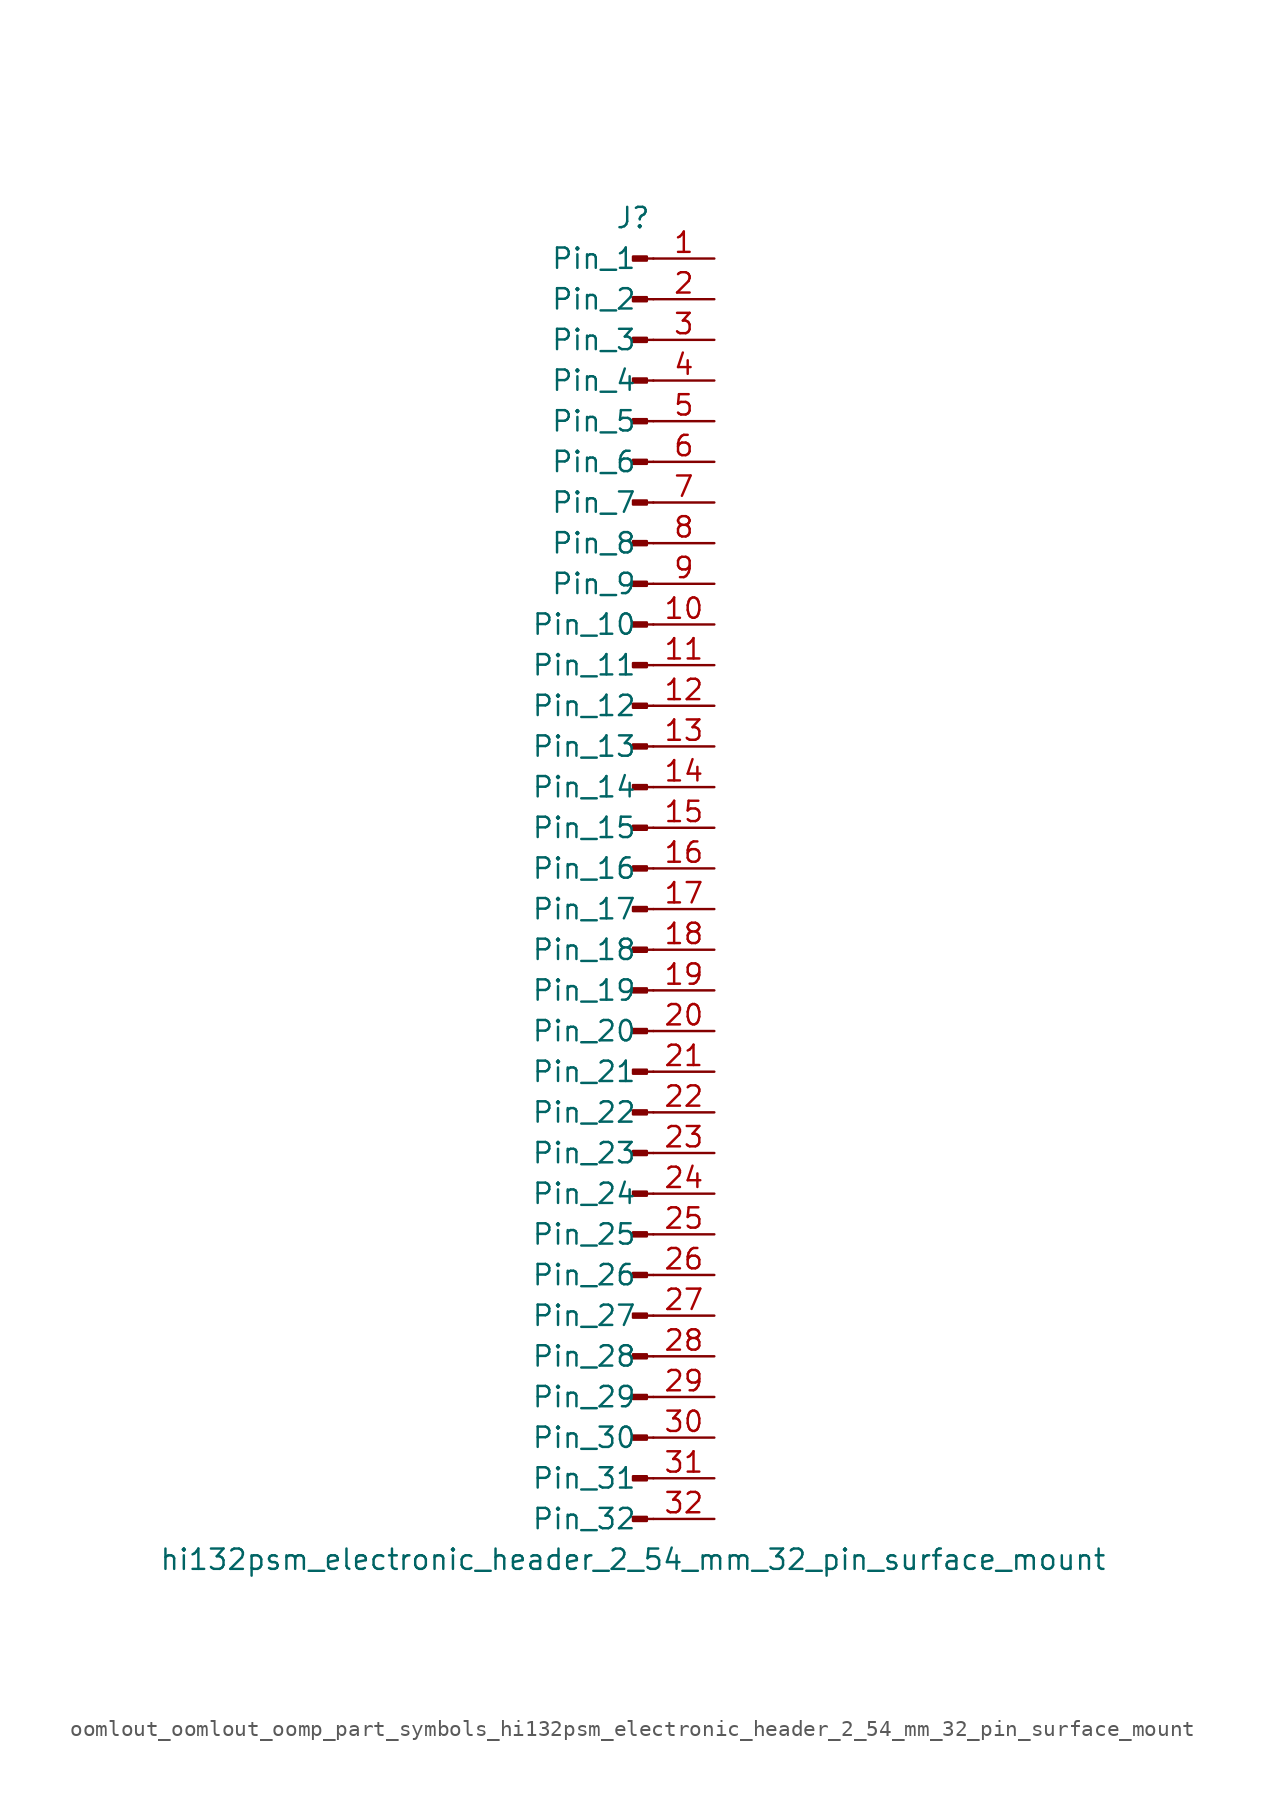
<source format=kicad_sym>
(kicad_symbol_lib
  (version 20220914)
  (generator kicad_symbol_editor)
  (symbol "oomlout_oomlout_oomp_part_symbols_hi132psm_electronic_header_2_54_mm_32_pin_surface_mount"
    (pin_names
      (offset 1.016))
    (property "Reference" "J"
      (at 0 40.64 0)
      (effects (font (size 1.27 1.27))))
    (property "Value" "hi132psm_electronic_header_2_54_mm_32_pin_surface_mount"
      (at 0 -43.18 0)
      (effects (font (size 1.27 1.27))))
    (property "ki_locked" ""
      (at 0 0 0)
      (effects (font (size 1.27 1.27))))
    (symbol "oomlout_oomlout_oomp_part_symbols_hi132psm_electronic_header_2_54_mm_32_pin_surface_mount_1_1"
      (polyline (pts (xy 1.27 -40.64) (xy 0.864 -40.64)) (stroke (width 0.152) (type default)) (fill (type none)))
      (polyline (pts (xy 1.27 -38.1) (xy 0.864 -38.1)) (stroke (width 0.152) (type default)) (fill (type none)))
      (polyline (pts (xy 1.27 -35.56) (xy 0.864 -35.56)) (stroke (width 0.152) (type default)) (fill (type none)))
      (polyline (pts (xy 1.27 -33.02) (xy 0.864 -33.02)) (stroke (width 0.152) (type default)) (fill (type none)))
      (polyline (pts (xy 1.27 -30.48) (xy 0.864 -30.48)) (stroke (width 0.152) (type default)) (fill (type none)))
      (polyline (pts (xy 1.27 -27.94) (xy 0.864 -27.94)) (stroke (width 0.152) (type default)) (fill (type none)))
      (polyline (pts (xy 1.27 -25.4) (xy 0.864 -25.4)) (stroke (width 0.152) (type default)) (fill (type none)))
      (polyline (pts (xy 1.27 -22.86) (xy 0.864 -22.86)) (stroke (width 0.152) (type default)) (fill (type none)))
      (polyline (pts (xy 1.27 -20.32) (xy 0.864 -20.32)) (stroke (width 0.152) (type default)) (fill (type none)))
      (polyline (pts (xy 1.27 -17.78) (xy 0.864 -17.78)) (stroke (width 0.152) (type default)) (fill (type none)))
      (polyline (pts (xy 1.27 -15.24) (xy 0.864 -15.24)) (stroke (width 0.152) (type default)) (fill (type none)))
      (polyline (pts (xy 1.27 -12.7) (xy 0.864 -12.7)) (stroke (width 0.152) (type default)) (fill (type none)))
      (polyline (pts (xy 1.27 -10.16) (xy 0.864 -10.16)) (stroke (width 0.152) (type default)) (fill (type none)))
      (polyline (pts (xy 1.27 -7.62) (xy 0.864 -7.62)) (stroke (width 0.152) (type default)) (fill (type none)))
      (polyline (pts (xy 1.27 -5.08) (xy 0.864 -5.08)) (stroke (width 0.152) (type default)) (fill (type none)))
      (polyline (pts (xy 1.27 -2.54) (xy 0.864 -2.54)) (stroke (width 0.152) (type default)) (fill (type none)))
      (polyline (pts (xy 1.27 0) (xy 0.864 0)) (stroke (width 0.152) (type default)) (fill (type none)))
      (polyline (pts (xy 1.27 2.54) (xy 0.864 2.54)) (stroke (width 0.152) (type default)) (fill (type none)))
      (polyline (pts (xy 1.27 5.08) (xy 0.864 5.08)) (stroke (width 0.152) (type default)) (fill (type none)))
      (polyline (pts (xy 1.27 7.62) (xy 0.864 7.62)) (stroke (width 0.152) (type default)) (fill (type none)))
      (polyline (pts (xy 1.27 10.16) (xy 0.864 10.16)) (stroke (width 0.152) (type default)) (fill (type none)))
      (polyline (pts (xy 1.27 12.7) (xy 0.864 12.7)) (stroke (width 0.152) (type default)) (fill (type none)))
      (polyline (pts (xy 1.27 15.24) (xy 0.864 15.24)) (stroke (width 0.152) (type default)) (fill (type none)))
      (polyline (pts (xy 1.27 17.78) (xy 0.864 17.78)) (stroke (width 0.152) (type default)) (fill (type none)))
      (polyline (pts (xy 1.27 20.32) (xy 0.864 20.32)) (stroke (width 0.152) (type default)) (fill (type none)))
      (polyline (pts (xy 1.27 22.86) (xy 0.864 22.86)) (stroke (width 0.152) (type default)) (fill (type none)))
      (polyline (pts (xy 1.27 25.4) (xy 0.864 25.4)) (stroke (width 0.152) (type default)) (fill (type none)))
      (polyline (pts (xy 1.27 27.94) (xy 0.864 27.94)) (stroke (width 0.152) (type default)) (fill (type none)))
      (polyline (pts (xy 1.27 30.48) (xy 0.864 30.48)) (stroke (width 0.152) (type default)) (fill (type none)))
      (polyline (pts (xy 1.27 33.02) (xy 0.864 33.02)) (stroke (width 0.152) (type default)) (fill (type none)))
      (polyline (pts (xy 1.27 35.56) (xy 0.864 35.56)) (stroke (width 0.152) (type default)) (fill (type none)))
      (polyline (pts (xy 1.27 38.1) (xy 0.864 38.1)) (stroke (width 0.152) (type default)) (fill (type none)))
      (rectangle (start 0.864 -40.513) (end 0 -40.767) (stroke (width 0.152) (type default)) (fill (type outline)))
      (rectangle (start 0.864 -37.973) (end 0 -38.227) (stroke (width 0.152) (type default)) (fill (type outline)))
      (rectangle (start 0.864 -35.433) (end 0 -35.687) (stroke (width 0.152) (type default)) (fill (type outline)))
      (rectangle (start 0.864 -32.893) (end 0 -33.147) (stroke (width 0.152) (type default)) (fill (type outline)))
      (rectangle (start 0.864 -30.353) (end 0 -30.607) (stroke (width 0.152) (type default)) (fill (type outline)))
      (rectangle (start 0.864 -27.813) (end 0 -28.067) (stroke (width 0.152) (type default)) (fill (type outline)))
      (rectangle (start 0.864 -25.273) (end 0 -25.527) (stroke (width 0.152) (type default)) (fill (type outline)))
      (rectangle (start 0.864 -22.733) (end 0 -22.987) (stroke (width 0.152) (type default)) (fill (type outline)))
      (rectangle (start 0.864 -20.193) (end 0 -20.447) (stroke (width 0.152) (type default)) (fill (type outline)))
      (rectangle (start 0.864 -17.653) (end 0 -17.907) (stroke (width 0.152) (type default)) (fill (type outline)))
      (rectangle (start 0.864 -15.113) (end 0 -15.367) (stroke (width 0.152) (type default)) (fill (type outline)))
      (rectangle (start 0.864 -12.573) (end 0 -12.827) (stroke (width 0.152) (type default)) (fill (type outline)))
      (rectangle (start 0.864 -10.033) (end 0 -10.287) (stroke (width 0.152) (type default)) (fill (type outline)))
      (rectangle (start 0.864 -7.493) (end 0 -7.747) (stroke (width 0.152) (type default)) (fill (type outline)))
      (rectangle (start 0.864 -4.953) (end 0 -5.207) (stroke (width 0.152) (type default)) (fill (type outline)))
      (rectangle (start 0.864 -2.413) (end 0 -2.667) (stroke (width 0.152) (type default)) (fill (type outline)))
      (rectangle (start 0.864 0.127) (end 0 -0.127) (stroke (width 0.152) (type default)) (fill (type outline)))
      (rectangle (start 0.864 2.667) (end 0 2.413) (stroke (width 0.152) (type default)) (fill (type outline)))
      (rectangle (start 0.864 5.207) (end 0 4.953) (stroke (width 0.152) (type default)) (fill (type outline)))
      (rectangle (start 0.864 7.747) (end 0 7.493) (stroke (width 0.152) (type default)) (fill (type outline)))
      (rectangle (start 0.864 10.287) (end 0 10.033) (stroke (width 0.152) (type default)) (fill (type outline)))
      (rectangle (start 0.864 12.827) (end 0 12.573) (stroke (width 0.152) (type default)) (fill (type outline)))
      (rectangle (start 0.864 15.367) (end 0 15.113) (stroke (width 0.152) (type default)) (fill (type outline)))
      (rectangle (start 0.864 17.907) (end 0 17.653) (stroke (width 0.152) (type default)) (fill (type outline)))
      (rectangle (start 0.864 20.447) (end 0 20.193) (stroke (width 0.152) (type default)) (fill (type outline)))
      (rectangle (start 0.864 22.987) (end 0 22.733) (stroke (width 0.152) (type default)) (fill (type outline)))
      (rectangle (start 0.864 25.527) (end 0 25.273) (stroke (width 0.152) (type default)) (fill (type outline)))
      (rectangle (start 0.864 28.067) (end 0 27.813) (stroke (width 0.152) (type default)) (fill (type outline)))
      (rectangle (start 0.864 30.607) (end 0 30.353) (stroke (width 0.152) (type default)) (fill (type outline)))
      (rectangle (start 0.864 33.147) (end 0 32.893) (stroke (width 0.152) (type default)) (fill (type outline)))
      (rectangle (start 0.864 35.687) (end 0 35.433) (stroke (width 0.152) (type default)) (fill (type outline)))
      (rectangle (start 0.864 38.227) (end 0 37.973) (stroke (width 0.152) (type default)) (fill (type outline)))
      (pin passive line (at 5.08 38.1 180) (length 3.81) (name "Pin_1" (effects (font (size 1.27 1.27)))) (number "1" (effects (font (size 1.27 1.27)))))
      (pin passive line (at 5.08 15.24 180) (length 3.81) (name "Pin_10" (effects (font (size 1.27 1.27)))) (number "10" (effects (font (size 1.27 1.27)))))
      (pin passive line (at 5.08 12.7 180) (length 3.81) (name "Pin_11" (effects (font (size 1.27 1.27)))) (number "11" (effects (font (size 1.27 1.27)))))
      (pin passive line (at 5.08 10.16 180) (length 3.81) (name "Pin_12" (effects (font (size 1.27 1.27)))) (number "12" (effects (font (size 1.27 1.27)))))
      (pin passive line (at 5.08 7.62 180) (length 3.81) (name "Pin_13" (effects (font (size 1.27 1.27)))) (number "13" (effects (font (size 1.27 1.27)))))
      (pin passive line (at 5.08 5.08 180) (length 3.81) (name "Pin_14" (effects (font (size 1.27 1.27)))) (number "14" (effects (font (size 1.27 1.27)))))
      (pin passive line (at 5.08 2.54 180) (length 3.81) (name "Pin_15" (effects (font (size 1.27 1.27)))) (number "15" (effects (font (size 1.27 1.27)))))
      (pin passive line (at 5.08 0 180) (length 3.81) (name "Pin_16" (effects (font (size 1.27 1.27)))) (number "16" (effects (font (size 1.27 1.27)))))
      (pin passive line (at 5.08 -2.54 180) (length 3.81) (name "Pin_17" (effects (font (size 1.27 1.27)))) (number "17" (effects (font (size 1.27 1.27)))))
      (pin passive line (at 5.08 -5.08 180) (length 3.81) (name "Pin_18" (effects (font (size 1.27 1.27)))) (number "18" (effects (font (size 1.27 1.27)))))
      (pin passive line (at 5.08 -7.62 180) (length 3.81) (name "Pin_19" (effects (font (size 1.27 1.27)))) (number "19" (effects (font (size 1.27 1.27)))))
      (pin passive line (at 5.08 35.56 180) (length 3.81) (name "Pin_2" (effects (font (size 1.27 1.27)))) (number "2" (effects (font (size 1.27 1.27)))))
      (pin passive line (at 5.08 -10.16 180) (length 3.81) (name "Pin_20" (effects (font (size 1.27 1.27)))) (number "20" (effects (font (size 1.27 1.27)))))
      (pin passive line (at 5.08 -12.7 180) (length 3.81) (name "Pin_21" (effects (font (size 1.27 1.27)))) (number "21" (effects (font (size 1.27 1.27)))))
      (pin passive line (at 5.08 -15.24 180) (length 3.81) (name "Pin_22" (effects (font (size 1.27 1.27)))) (number "22" (effects (font (size 1.27 1.27)))))
      (pin passive line (at 5.08 -17.78 180) (length 3.81) (name "Pin_23" (effects (font (size 1.27 1.27)))) (number "23" (effects (font (size 1.27 1.27)))))
      (pin passive line (at 5.08 -20.32 180) (length 3.81) (name "Pin_24" (effects (font (size 1.27 1.27)))) (number "24" (effects (font (size 1.27 1.27)))))
      (pin passive line (at 5.08 -22.86 180) (length 3.81) (name "Pin_25" (effects (font (size 1.27 1.27)))) (number "25" (effects (font (size 1.27 1.27)))))
      (pin passive line (at 5.08 -25.4 180) (length 3.81) (name "Pin_26" (effects (font (size 1.27 1.27)))) (number "26" (effects (font (size 1.27 1.27)))))
      (pin passive line (at 5.08 -27.94 180) (length 3.81) (name "Pin_27" (effects (font (size 1.27 1.27)))) (number "27" (effects (font (size 1.27 1.27)))))
      (pin passive line (at 5.08 -30.48 180) (length 3.81) (name "Pin_28" (effects (font (size 1.27 1.27)))) (number "28" (effects (font (size 1.27 1.27)))))
      (pin passive line (at 5.08 -33.02 180) (length 3.81) (name "Pin_29" (effects (font (size 1.27 1.27)))) (number "29" (effects (font (size 1.27 1.27)))))
      (pin passive line (at 5.08 33.02 180) (length 3.81) (name "Pin_3" (effects (font (size 1.27 1.27)))) (number "3" (effects (font (size 1.27 1.27)))))
      (pin passive line (at 5.08 -35.56 180) (length 3.81) (name "Pin_30" (effects (font (size 1.27 1.27)))) (number "30" (effects (font (size 1.27 1.27)))))
      (pin passive line (at 5.08 -38.1 180) (length 3.81) (name "Pin_31" (effects (font (size 1.27 1.27)))) (number "31" (effects (font (size 1.27 1.27)))))
      (pin passive line (at 5.08 -40.64 180) (length 3.81) (name "Pin_32" (effects (font (size 1.27 1.27)))) (number "32" (effects (font (size 1.27 1.27)))))
      (pin passive line (at 5.08 30.48 180) (length 3.81) (name "Pin_4" (effects (font (size 1.27 1.27)))) (number "4" (effects (font (size 1.27 1.27)))))
      (pin passive line (at 5.08 27.94 180) (length 3.81) (name "Pin_5" (effects (font (size 1.27 1.27)))) (number "5" (effects (font (size 1.27 1.27)))))
      (pin passive line (at 5.08 25.4 180) (length 3.81) (name "Pin_6" (effects (font (size 1.27 1.27)))) (number "6" (effects (font (size 1.27 1.27)))))
      (pin passive line (at 5.08 22.86 180) (length 3.81) (name "Pin_7" (effects (font (size 1.27 1.27)))) (number "7" (effects (font (size 1.27 1.27)))))
      (pin passive line (at 5.08 20.32 180) (length 3.81) (name "Pin_8" (effects (font (size 1.27 1.27)))) (number "8" (effects (font (size 1.27 1.27)))))
      (pin passive line (at 5.08 17.78 180) (length 3.81) (name "Pin_9" (effects (font (size 1.27 1.27)))) (number "9" (effects (font (size 1.27 1.27))))))))
</source>
